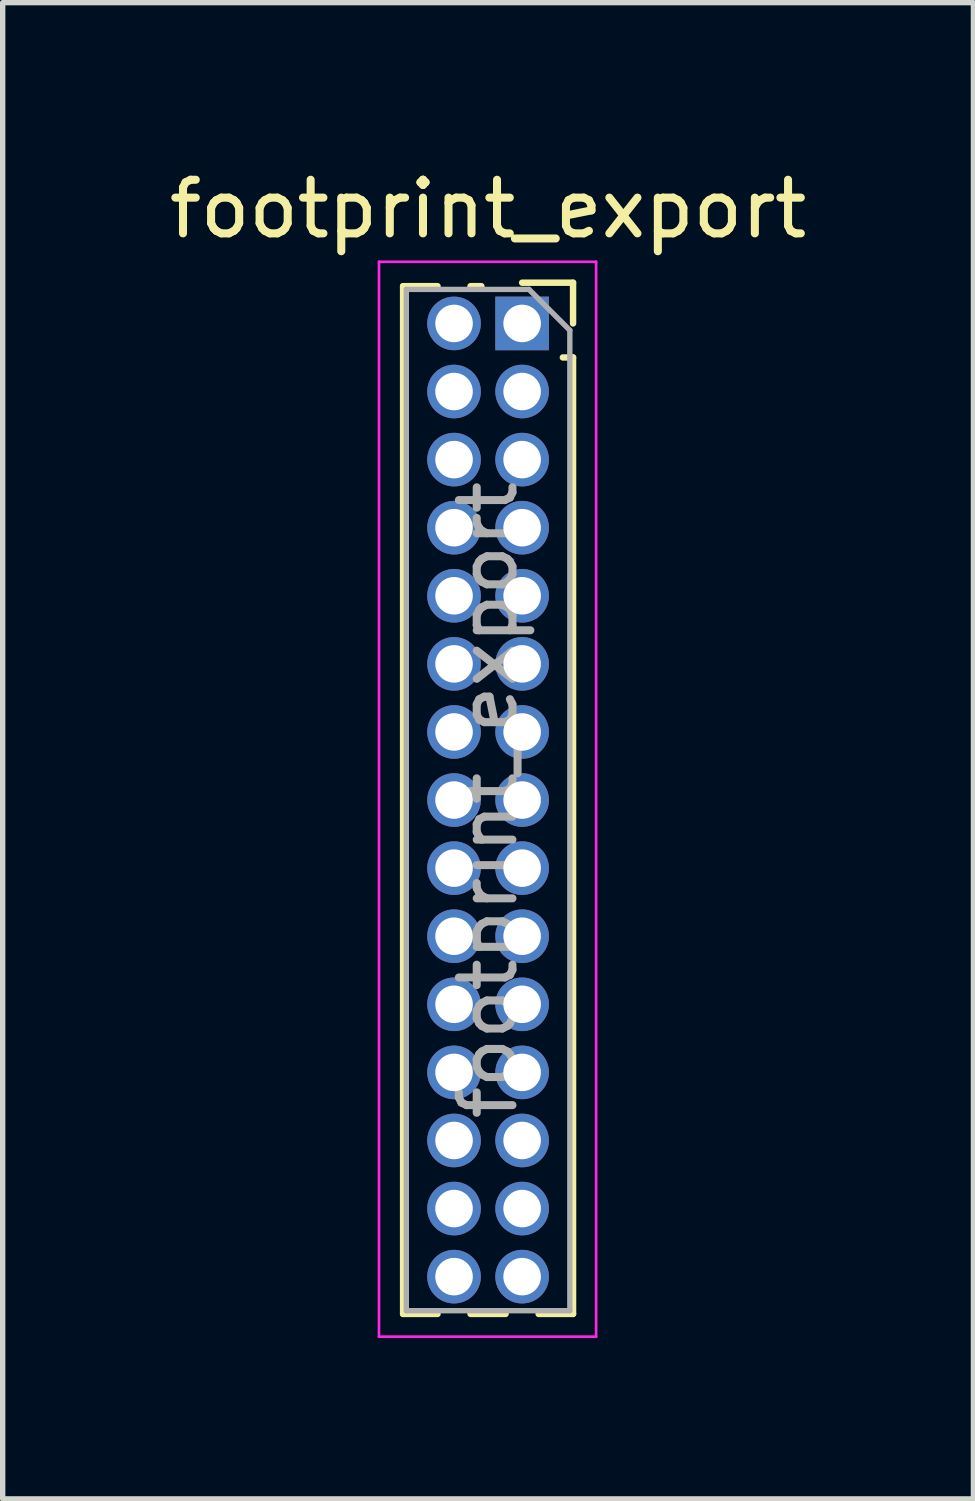
<source format=kicad_pcb>
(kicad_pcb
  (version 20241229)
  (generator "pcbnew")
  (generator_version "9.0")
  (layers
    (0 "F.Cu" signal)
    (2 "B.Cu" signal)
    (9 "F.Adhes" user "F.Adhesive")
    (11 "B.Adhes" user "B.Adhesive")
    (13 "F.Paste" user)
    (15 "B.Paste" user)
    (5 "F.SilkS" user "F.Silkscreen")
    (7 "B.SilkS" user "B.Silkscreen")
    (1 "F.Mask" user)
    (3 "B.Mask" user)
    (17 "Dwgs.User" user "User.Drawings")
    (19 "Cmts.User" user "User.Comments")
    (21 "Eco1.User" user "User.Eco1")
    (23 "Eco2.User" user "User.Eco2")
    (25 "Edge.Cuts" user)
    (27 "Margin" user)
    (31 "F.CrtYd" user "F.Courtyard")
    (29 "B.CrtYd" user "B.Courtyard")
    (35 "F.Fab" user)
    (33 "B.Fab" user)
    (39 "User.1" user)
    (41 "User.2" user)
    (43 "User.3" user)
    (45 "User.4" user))
  (footprint "footprint_export"
    (layer "F.Cu")
    (at 6.689 2.983)
    (property "Reference" "footprint_export" (at -0.635 -2.135 0) (layer "F.SilkS") (effects (font (size 1 1) (thickness 0.15))))
    (attr through_hole)
    (fp_line (start -2.22 -0.695) (end -2.22 18.475) (stroke (width 0.12) (type solid)) (layer "F.SilkS"))
    (fp_line (start -2.22 -0.695) (end -1.578 -0.695) (stroke (width 0.12) (type solid)) (layer "F.SilkS"))
    (fp_line (start -2.22 18.475) (end -1.578 18.475) (stroke (width 0.12) (type solid)) (layer "F.SilkS"))
    (fp_line (start -0.962 -0.695) (end -0.76 -0.695) (stroke (width 0.12) (type solid)) (layer "F.SilkS"))
    (fp_line (start -0.962 18.475) (end -0.308 18.475) (stroke (width 0.12) (type solid)) (layer "F.SilkS"))
    (fp_line (start 0 -0.76) (end 0.95 -0.76) (stroke (width 0.12) (type solid)) (layer "F.SilkS"))
    (fp_line (start 0.308 18.475) (end 0.95 18.475) (stroke (width 0.12) (type solid)) (layer "F.SilkS"))
    (fp_line (start 0.76 0.635) (end 0.95 0.635) (stroke (width 0.12) (type solid)) (layer "F.SilkS"))
    (fp_line (start 0.95 -0.76) (end 0.95 0) (stroke (width 0.12) (type solid)) (layer "F.SilkS"))
    (fp_line (start 0.95 0.635) (end 0.95 18.475) (stroke (width 0.12) (type solid)) (layer "F.SilkS"))
    (fp_line (start -2.67 -1.15) (end 1.38 -1.15) (stroke (width 0.05) (type solid)) (layer "F.CrtYd"))
    (fp_line (start -2.67 18.9) (end -2.67 -1.15) (stroke (width 0.05) (type solid)) (layer "F.CrtYd"))
    (fp_line (start 1.38 -1.15) (end 1.38 18.9) (stroke (width 0.05) (type solid)) (layer "F.CrtYd"))
    (fp_line (start 1.38 18.9) (end -2.67 18.9) (stroke (width 0.05) (type solid)) (layer "F.CrtYd"))
    (fp_line (start -2.16 -0.635) (end 0.128 -0.635) (stroke (width 0.1) (type solid)) (layer "F.Fab"))
    (fp_line (start -2.16 18.415) (end -2.16 -0.635) (stroke (width 0.1) (type solid)) (layer "F.Fab"))
    (fp_line (start 0.128 -0.635) (end 0.89 0.128) (stroke (width 0.1) (type solid)) (layer "F.Fab"))
    (fp_line (start 0.89 0.128) (end 0.89 18.415) (stroke (width 0.1) (type solid)) (layer "F.Fab"))
    (fp_line (start 0.89 18.415) (end -2.16 18.415) (stroke (width 0.1) (type solid)) (layer "F.Fab"))
    (fp_text user "${REFERENCE}" (at -0.635 8.89 90) (layer "F.Fab") (effects (font (size 1 1) (thickness 0.15))))
    (pad "1" thru_hole rect (at 0 0) (size 1 1) (drill 0.7) (layers "*.Cu" "*.Mask"))
    (pad "2" thru_hole oval (at -1.27 0) (size 1 1) (drill 0.7) (layers "*.Cu" "*.Mask"))
    (pad "3" thru_hole oval (at 0 1.27) (size 1 1) (drill 0.7) (layers "*.Cu" "*.Mask"))
    (pad "4" thru_hole oval (at -1.27 1.27) (size 1 1) (drill 0.7) (layers "*.Cu" "*.Mask"))
    (pad "5" thru_hole oval (at 0 2.54) (size 1 1) (drill 0.7) (layers "*.Cu" "*.Mask"))
    (pad "6" thru_hole oval (at -1.27 2.54) (size 1 1) (drill 0.7) (layers "*.Cu" "*.Mask"))
    (pad "7" thru_hole oval (at 0 3.81) (size 1 1) (drill 0.7) (layers "*.Cu" "*.Mask"))
    (pad "8" thru_hole oval (at -1.27 3.81) (size 1 1) (drill 0.7) (layers "*.Cu" "*.Mask"))
    (pad "9" thru_hole oval (at 0 5.08) (size 1 1) (drill 0.7) (layers "*.Cu" "*.Mask"))
    (pad "10" thru_hole oval (at -1.27 5.08) (size 1 1) (drill 0.7) (layers "*.Cu" "*.Mask"))
    (pad "11" thru_hole oval (at 0 6.35) (size 1 1) (drill 0.7) (layers "*.Cu" "*.Mask"))
    (pad "12" thru_hole oval (at -1.27 6.35) (size 1 1) (drill 0.7) (layers "*.Cu" "*.Mask"))
    (pad "13" thru_hole oval (at 0 7.62) (size 1 1) (drill 0.7) (layers "*.Cu" "*.Mask"))
    (pad "14" thru_hole oval (at -1.27 7.62) (size 1 1) (drill 0.7) (layers "*.Cu" "*.Mask"))
    (pad "15" thru_hole oval (at 0 8.89) (size 1 1) (drill 0.7) (layers "*.Cu" "*.Mask"))
    (pad "16" thru_hole oval (at -1.27 8.89) (size 1 1) (drill 0.7) (layers "*.Cu" "*.Mask"))
    (pad "17" thru_hole oval (at 0 10.16) (size 1 1) (drill 0.7) (layers "*.Cu" "*.Mask"))
    (pad "18" thru_hole oval (at -1.27 10.16) (size 1 1) (drill 0.7) (layers "*.Cu" "*.Mask"))
    (pad "19" thru_hole oval (at 0 11.43) (size 1 1) (drill 0.7) (layers "*.Cu" "*.Mask"))
    (pad "20" thru_hole oval (at -1.27 11.43) (size 1 1) (drill 0.7) (layers "*.Cu" "*.Mask"))
    (pad "21" thru_hole oval (at 0 12.7) (size 1 1) (drill 0.7) (layers "*.Cu" "*.Mask"))
    (pad "22" thru_hole oval (at -1.27 12.7) (size 1 1) (drill 0.7) (layers "*.Cu" "*.Mask"))
    (pad "23" thru_hole oval (at 0 13.97) (size 1 1) (drill 0.7) (layers "*.Cu" "*.Mask"))
    (pad "24" thru_hole oval (at -1.27 13.97) (size 1 1) (drill 0.7) (layers "*.Cu" "*.Mask"))
    (pad "25" thru_hole oval (at 0 15.24) (size 1 1) (drill 0.7) (layers "*.Cu" "*.Mask"))
    (pad "26" thru_hole oval (at -1.27 15.24) (size 1 1) (drill 0.7) (layers "*.Cu" "*.Mask"))
    (pad "27" thru_hole oval (at 0 16.51) (size 1 1) (drill 0.7) (layers "*.Cu" "*.Mask"))
    (pad "28" thru_hole oval (at -1.27 16.51) (size 1 1) (drill 0.7) (layers "*.Cu" "*.Mask"))
    (pad "29" thru_hole oval (at 0 17.78) (size 1 1) (drill 0.7) (layers "*.Cu" "*.Mask"))
    (pad "30" thru_hole oval (at -1.27 17.78) (size 1 1) (drill 0.7) (layers "*.Cu" "*.Mask")))
  (gr_rect
    (start -3 -3)
    (end 15.107 24.908)
    (stroke (width 0.1) (type default))
    (fill no)
    (layer "Edge.Cuts")))
</source>
